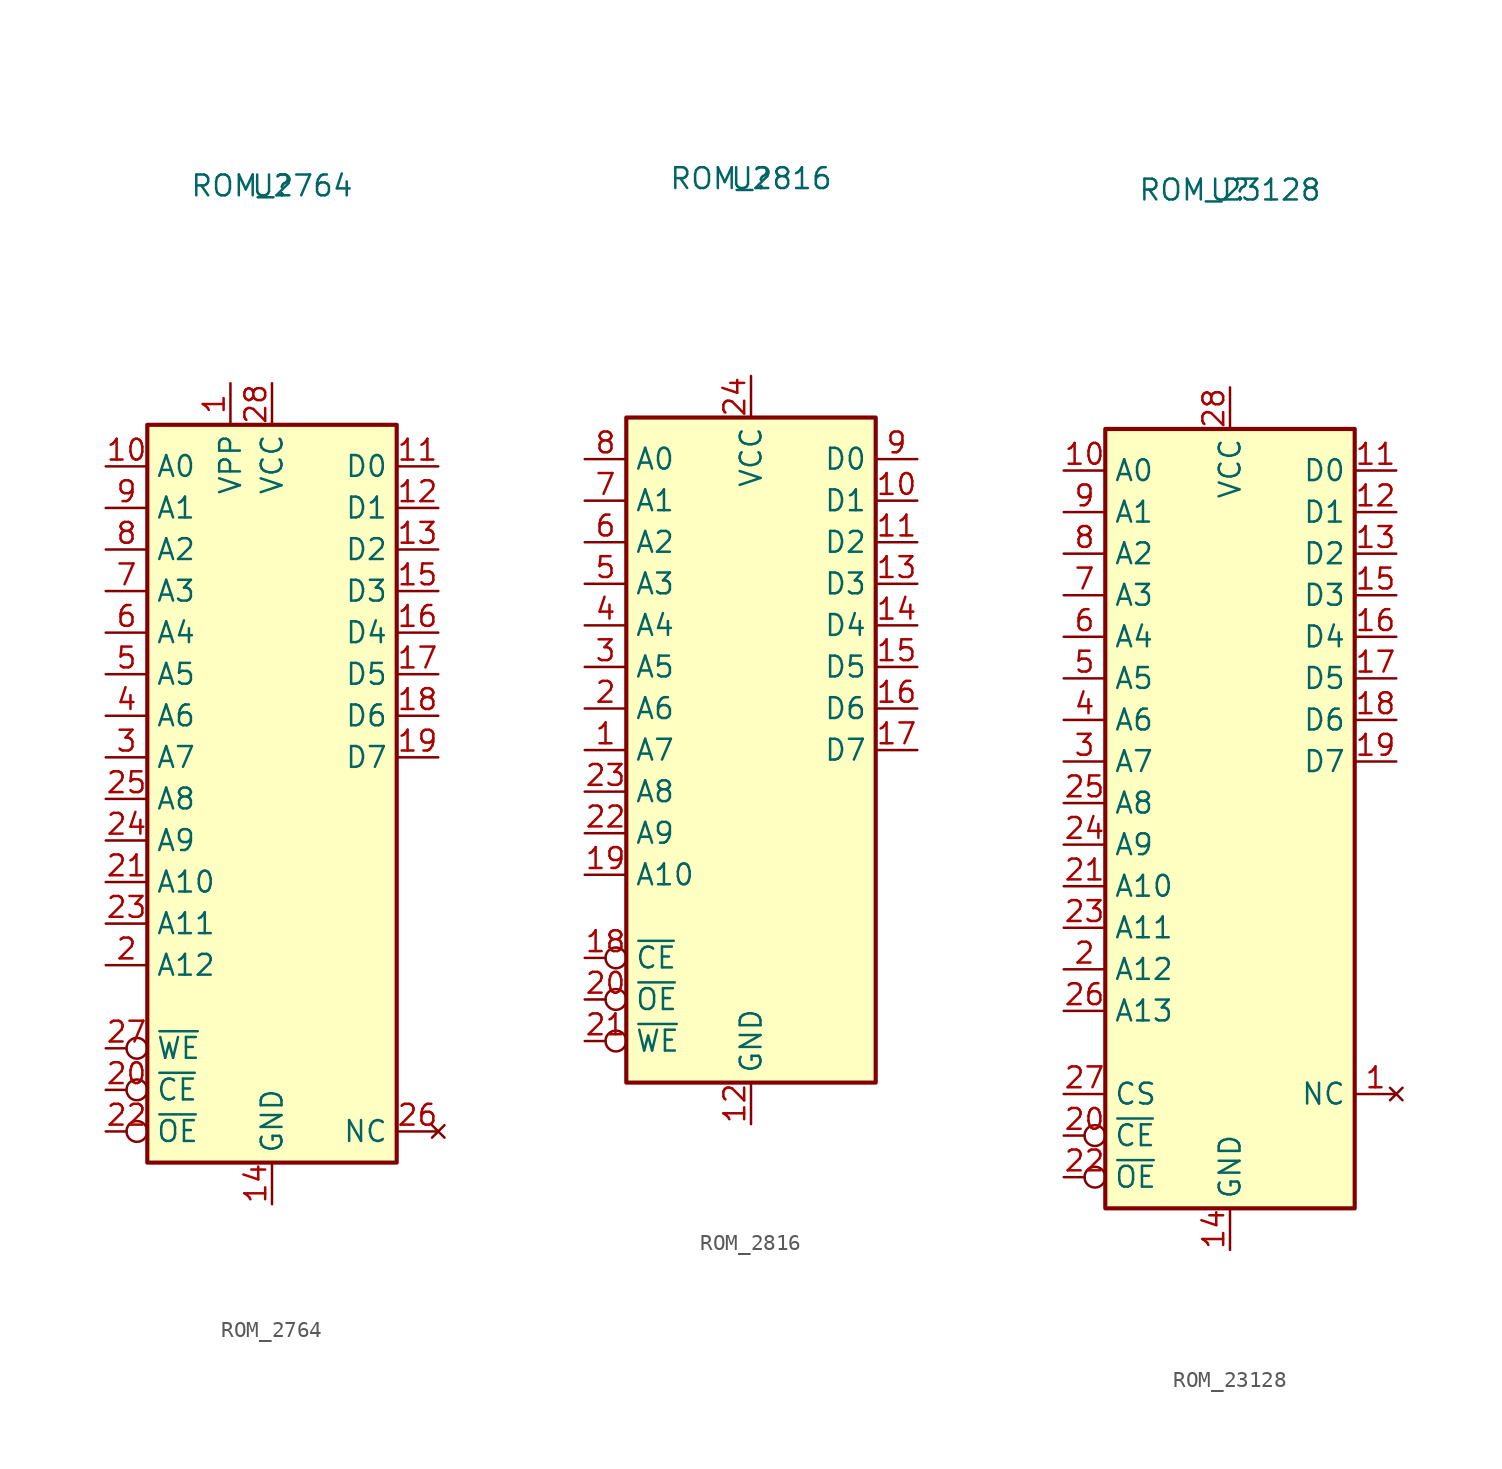
<source format=kicad_sym>
(kicad_symbol_lib
  (version 20241209)
  (generator "kicad_symbol_editor")
  (generator_version "9.0")
  (symbol "ROM_2764"
    (property "Reference" "U"
      (at 0 0 0)
      (effects (font (size 1.27 1.27))))
    (property "Value" "ROM_2764"
      (at 0 0 0)
      (effects (font (size 1.27 1.27))))
    (symbol "ROM_2764_1_1"
      (rectangle (start -7.62 -14.605) (end 7.62 -59.69) (stroke (width 0.254) (type default)) (fill (type background)))
      (pin input line (at -10.16 -17.145 0) (length 2.54) (name "A0" (effects (font (size 1.27 1.27)))) (number "10" (effects (font (size 1.27 1.27)))))
      (pin input line (at -10.16 -19.685 0) (length 2.54) (name "A1" (effects (font (size 1.27 1.27)))) (number "9" (effects (font (size 1.27 1.27)))))
      (pin input line (at -10.16 -22.225 0) (length 2.54) (name "A2" (effects (font (size 1.27 1.27)))) (number "8" (effects (font (size 1.27 1.27)))))
      (pin input line (at -10.16 -24.765 0) (length 2.54) (name "A3" (effects (font (size 1.27 1.27)))) (number "7" (effects (font (size 1.27 1.27)))))
      (pin input line (at -10.16 -27.305 0) (length 2.54) (name "A4" (effects (font (size 1.27 1.27)))) (number "6" (effects (font (size 1.27 1.27)))))
      (pin input line (at -10.16 -29.845 0) (length 2.54) (name "A5" (effects (font (size 1.27 1.27)))) (number "5" (effects (font (size 1.27 1.27)))))
      (pin input line (at -10.16 -32.385 0) (length 2.54) (name "A6" (effects (font (size 1.27 1.27)))) (number "4" (effects (font (size 1.27 1.27)))))
      (pin input line (at -10.16 -34.925 0) (length 2.54) (name "A7" (effects (font (size 1.27 1.27)))) (number "3" (effects (font (size 1.27 1.27)))))
      (pin input line (at -10.16 -37.465 0) (length 2.54) (name "A8" (effects (font (size 1.27 1.27)))) (number "25" (effects (font (size 1.27 1.27)))))
      (pin input line (at -10.16 -40.005 0) (length 2.54) (name "A9" (effects (font (size 1.27 1.27)))) (number "24" (effects (font (size 1.27 1.27)))))
      (pin input line (at -10.16 -42.545 0) (length 2.54) (name "A10" (effects (font (size 1.27 1.27)))) (number "21" (effects (font (size 1.27 1.27)))))
      (pin input line (at -10.16 -45.085 0) (length 2.54) (name "A11" (effects (font (size 1.27 1.27)))) (number "23" (effects (font (size 1.27 1.27)))))
      (pin input line (at -10.16 -47.625 0) (length 2.54) (name "A12" (effects (font (size 1.27 1.27)))) (number "2" (effects (font (size 1.27 1.27)))))
      (pin input inverted (at -10.16 -52.705 0) (length 2.54) (name "~{WE}" (effects (font (size 1.27 1.27)))) (number "27" (effects (font (size 1.27 1.27)))))
      (pin input inverted (at -10.16 -55.245 0) (length 2.54) (name "~{CE}" (effects (font (size 1.27 1.27)))) (number "20" (effects (font (size 1.27 1.27)))))
      (pin input inverted (at -10.16 -57.785 0) (length 2.54) (name "~{OE}" (effects (font (size 1.27 1.27)))) (number "22" (effects (font (size 1.27 1.27)))))
      (pin power_in line (at -2.54 -12.065 270) (length 2.54) (name "VPP" (effects (font (size 1.27 1.27)))) (number "1" (effects (font (size 1.27 1.27)))))
      (pin power_in line (at 0 -12.065 270) (length 2.54) (name "VCC" (effects (font (size 1.27 1.27)))) (number "28" (effects (font (size 1.27 1.27)))))
      (pin power_in line (at 0 -62.23 90) (length 2.54) (name "GND" (effects (font (size 1.27 1.27)))) (number "14" (effects (font (size 1.27 1.27)))))
      (pin tri_state line (at 10.16 -17.145 180) (length 2.54) (name "D0" (effects (font (size 1.27 1.27)))) (number "11" (effects (font (size 1.27 1.27)))))
      (pin tri_state line (at 10.16 -19.685 180) (length 2.54) (name "D1" (effects (font (size 1.27 1.27)))) (number "12" (effects (font (size 1.27 1.27)))))
      (pin tri_state line (at 10.16 -22.225 180) (length 2.54) (name "D2" (effects (font (size 1.27 1.27)))) (number "13" (effects (font (size 1.27 1.27)))))
      (pin tri_state line (at 10.16 -24.765 180) (length 2.54) (name "D3" (effects (font (size 1.27 1.27)))) (number "15" (effects (font (size 1.27 1.27)))))
      (pin tri_state line (at 10.16 -27.305 180) (length 2.54) (name "D4" (effects (font (size 1.27 1.27)))) (number "16" (effects (font (size 1.27 1.27)))))
      (pin tri_state line (at 10.16 -29.845 180) (length 2.54) (name "D5" (effects (font (size 1.27 1.27)))) (number "17" (effects (font (size 1.27 1.27)))))
      (pin tri_state line (at 10.16 -32.385 180) (length 2.54) (name "D6" (effects (font (size 1.27 1.27)))) (number "18" (effects (font (size 1.27 1.27)))))
      (pin tri_state line (at 10.16 -34.925 180) (length 2.54) (name "D7" (effects (font (size 1.27 1.27)))) (number "19" (effects (font (size 1.27 1.27)))))
      (pin no_connect line (at 10.16 -57.785 180) (length 2.54) (name "NC" (effects (font (size 1.27 1.27)))) (number "26" (effects (font (size 1.27 1.27)))))))
  (symbol "ROM_2816"
    (property "Reference" "U"
      (at 0 0 0)
      (effects (font (size 1.27 1.27))))
    (property "Value" "ROM_2816"
      (at 0 0 0)
      (effects (font (size 1.27 1.27))))
    (symbol "ROM_2816_1_1"
      (rectangle (start -7.62 -14.605) (end 7.62 -55.245) (stroke (width 0.254) (type default)) (fill (type background)))
      (pin input line (at -10.16 -17.145 0) (length 2.54) (name "A0" (effects (font (size 1.27 1.27)))) (number "8" (effects (font (size 1.27 1.27)))))
      (pin input line (at -10.16 -19.685 0) (length 2.54) (name "A1" (effects (font (size 1.27 1.27)))) (number "7" (effects (font (size 1.27 1.27)))))
      (pin input line (at -10.16 -22.225 0) (length 2.54) (name "A2" (effects (font (size 1.27 1.27)))) (number "6" (effects (font (size 1.27 1.27)))))
      (pin input line (at -10.16 -24.765 0) (length 2.54) (name "A3" (effects (font (size 1.27 1.27)))) (number "5" (effects (font (size 1.27 1.27)))))
      (pin input line (at -10.16 -27.305 0) (length 2.54) (name "A4" (effects (font (size 1.27 1.27)))) (number "4" (effects (font (size 1.27 1.27)))))
      (pin input line (at -10.16 -29.845 0) (length 2.54) (name "A5" (effects (font (size 1.27 1.27)))) (number "3" (effects (font (size 1.27 1.27)))))
      (pin input line (at -10.16 -32.385 0) (length 2.54) (name "A6" (effects (font (size 1.27 1.27)))) (number "2" (effects (font (size 1.27 1.27)))))
      (pin input line (at -10.16 -34.925 0) (length 2.54) (name "A7" (effects (font (size 1.27 1.27)))) (number "1" (effects (font (size 1.27 1.27)))))
      (pin input line (at -10.16 -37.465 0) (length 2.54) (name "A8" (effects (font (size 1.27 1.27)))) (number "23" (effects (font (size 1.27 1.27)))))
      (pin input line (at -10.16 -40.005 0) (length 2.54) (name "A9" (effects (font (size 1.27 1.27)))) (number "22" (effects (font (size 1.27 1.27)))))
      (pin input line (at -10.16 -42.545 0) (length 2.54) (name "A10" (effects (font (size 1.27 1.27)))) (number "19" (effects (font (size 1.27 1.27)))))
      (pin input inverted (at -10.16 -47.625 0) (length 2.54) (name "~{CE}" (effects (font (size 1.27 1.27)))) (number "18" (effects (font (size 1.27 1.27)))))
      (pin input inverted (at -10.16 -50.165 0) (length 2.54) (name "~{OE}" (effects (font (size 1.27 1.27)))) (number "20" (effects (font (size 1.27 1.27)))))
      (pin input inverted (at -10.16 -52.705 0) (length 2.54) (name "~{WE}" (effects (font (size 1.27 1.27)))) (number "21" (effects (font (size 1.27 1.27)))))
      (pin power_in line (at 0 -12.065 270) (length 2.54) (name "VCC" (effects (font (size 1.27 1.27)))) (number "24" (effects (font (size 1.27 1.27)))))
      (pin power_in line (at 0 -57.785 90) (length 2.54) (name "GND" (effects (font (size 1.27 1.27)))) (number "12" (effects (font (size 1.27 1.27)))))
      (pin tri_state line (at 10.16 -17.145 180) (length 2.54) (name "D0" (effects (font (size 1.27 1.27)))) (number "9" (effects (font (size 1.27 1.27)))))
      (pin tri_state line (at 10.16 -19.685 180) (length 2.54) (name "D1" (effects (font (size 1.27 1.27)))) (number "10" (effects (font (size 1.27 1.27)))))
      (pin tri_state line (at 10.16 -22.225 180) (length 2.54) (name "D2" (effects (font (size 1.27 1.27)))) (number "11" (effects (font (size 1.27 1.27)))))
      (pin tri_state line (at 10.16 -24.765 180) (length 2.54) (name "D3" (effects (font (size 1.27 1.27)))) (number "13" (effects (font (size 1.27 1.27)))))
      (pin tri_state line (at 10.16 -27.305 180) (length 2.54) (name "D4" (effects (font (size 1.27 1.27)))) (number "14" (effects (font (size 1.27 1.27)))))
      (pin tri_state line (at 10.16 -29.845 180) (length 2.54) (name "D5" (effects (font (size 1.27 1.27)))) (number "15" (effects (font (size 1.27 1.27)))))
      (pin tri_state line (at 10.16 -32.385 180) (length 2.54) (name "D6" (effects (font (size 1.27 1.27)))) (number "16" (effects (font (size 1.27 1.27)))))
      (pin tri_state line (at 10.16 -34.925 180) (length 2.54) (name "D7" (effects (font (size 1.27 1.27)))) (number "17" (effects (font (size 1.27 1.27)))))))
  (symbol "ROM_23128"
    (property "Reference" "U"
      (at 0 0 0)
      (effects (font (size 1.27 1.27))))
    (property "Value" "ROM_23128"
      (at 0 0 0)
      (effects (font (size 1.27 1.27))))
    (symbol "ROM_23128_1_1"
      (rectangle (start -7.62 -14.605) (end 7.62 -62.23) (stroke (width 0.254) (type default)) (fill (type background)))
      (pin input line (at -10.16 -17.145 0) (length 2.54) (name "A0" (effects (font (size 1.27 1.27)))) (number "10" (effects (font (size 1.27 1.27)))))
      (pin input line (at -10.16 -19.685 0) (length 2.54) (name "A1" (effects (font (size 1.27 1.27)))) (number "9" (effects (font (size 1.27 1.27)))))
      (pin input line (at -10.16 -22.225 0) (length 2.54) (name "A2" (effects (font (size 1.27 1.27)))) (number "8" (effects (font (size 1.27 1.27)))))
      (pin input line (at -10.16 -24.765 0) (length 2.54) (name "A3" (effects (font (size 1.27 1.27)))) (number "7" (effects (font (size 1.27 1.27)))))
      (pin input line (at -10.16 -27.305 0) (length 2.54) (name "A4" (effects (font (size 1.27 1.27)))) (number "6" (effects (font (size 1.27 1.27)))))
      (pin input line (at -10.16 -29.845 0) (length 2.54) (name "A5" (effects (font (size 1.27 1.27)))) (number "5" (effects (font (size 1.27 1.27)))))
      (pin input line (at -10.16 -32.385 0) (length 2.54) (name "A6" (effects (font (size 1.27 1.27)))) (number "4" (effects (font (size 1.27 1.27)))))
      (pin input line (at -10.16 -34.925 0) (length 2.54) (name "A7" (effects (font (size 1.27 1.27)))) (number "3" (effects (font (size 1.27 1.27)))))
      (pin input line (at -10.16 -37.465 0) (length 2.54) (name "A8" (effects (font (size 1.27 1.27)))) (number "25" (effects (font (size 1.27 1.27)))))
      (pin input line (at -10.16 -40.005 0) (length 2.54) (name "A9" (effects (font (size 1.27 1.27)))) (number "24" (effects (font (size 1.27 1.27)))))
      (pin input line (at -10.16 -42.545 0) (length 2.54) (name "A10" (effects (font (size 1.27 1.27)))) (number "21" (effects (font (size 1.27 1.27)))))
      (pin input line (at -10.16 -45.085 0) (length 2.54) (name "A11" (effects (font (size 1.27 1.27)))) (number "23" (effects (font (size 1.27 1.27)))))
      (pin input line (at -10.16 -47.625 0) (length 2.54) (name "A12" (effects (font (size 1.27 1.27)))) (number "2" (effects (font (size 1.27 1.27)))))
      (pin input line (at -10.16 -50.165 0) (length 2.54) (name "A13" (effects (font (size 1.27 1.27)))) (number "26" (effects (font (size 1.27 1.27)))))
      (pin input line (at -10.16 -55.245 0) (length 2.54) (name "CS" (effects (font (size 1.27 1.27)))) (number "27" (effects (font (size 1.27 1.27)))))
      (pin input inverted (at -10.16 -57.785 0) (length 2.54) (name "~{CE}" (effects (font (size 1.27 1.27)))) (number "20" (effects (font (size 1.27 1.27)))))
      (pin input inverted (at -10.16 -60.325 0) (length 2.54) (name "~{OE}" (effects (font (size 1.27 1.27)))) (number "22" (effects (font (size 1.27 1.27)))))
      (pin power_in line (at 0 -12.065 270) (length 2.54) (name "VCC" (effects (font (size 1.27 1.27)))) (number "28" (effects (font (size 1.27 1.27)))))
      (pin power_in line (at 0 -64.77 90) (length 2.54) (name "GND" (effects (font (size 1.27 1.27)))) (number "14" (effects (font (size 1.27 1.27)))))
      (pin tri_state line (at 10.16 -17.145 180) (length 2.54) (name "D0" (effects (font (size 1.27 1.27)))) (number "11" (effects (font (size 1.27 1.27)))))
      (pin tri_state line (at 10.16 -19.685 180) (length 2.54) (name "D1" (effects (font (size 1.27 1.27)))) (number "12" (effects (font (size 1.27 1.27)))))
      (pin tri_state line (at 10.16 -22.225 180) (length 2.54) (name "D2" (effects (font (size 1.27 1.27)))) (number "13" (effects (font (size 1.27 1.27)))))
      (pin tri_state line (at 10.16 -24.765 180) (length 2.54) (name "D3" (effects (font (size 1.27 1.27)))) (number "15" (effects (font (size 1.27 1.27)))))
      (pin tri_state line (at 10.16 -27.305 180) (length 2.54) (name "D4" (effects (font (size 1.27 1.27)))) (number "16" (effects (font (size 1.27 1.27)))))
      (pin tri_state line (at 10.16 -29.845 180) (length 2.54) (name "D5" (effects (font (size 1.27 1.27)))) (number "17" (effects (font (size 1.27 1.27)))))
      (pin tri_state line (at 10.16 -32.385 180) (length 2.54) (name "D6" (effects (font (size 1.27 1.27)))) (number "18" (effects (font (size 1.27 1.27)))))
      (pin tri_state line (at 10.16 -34.925 180) (length 2.54) (name "D7" (effects (font (size 1.27 1.27)))) (number "19" (effects (font (size 1.27 1.27)))))
      (pin no_connect line (at 10.16 -55.245 180) (length 2.54) (name "NC" (effects (font (size 1.27 1.27)))) (number "1" (effects (font (size 1.27 1.27))))))))
</source>
